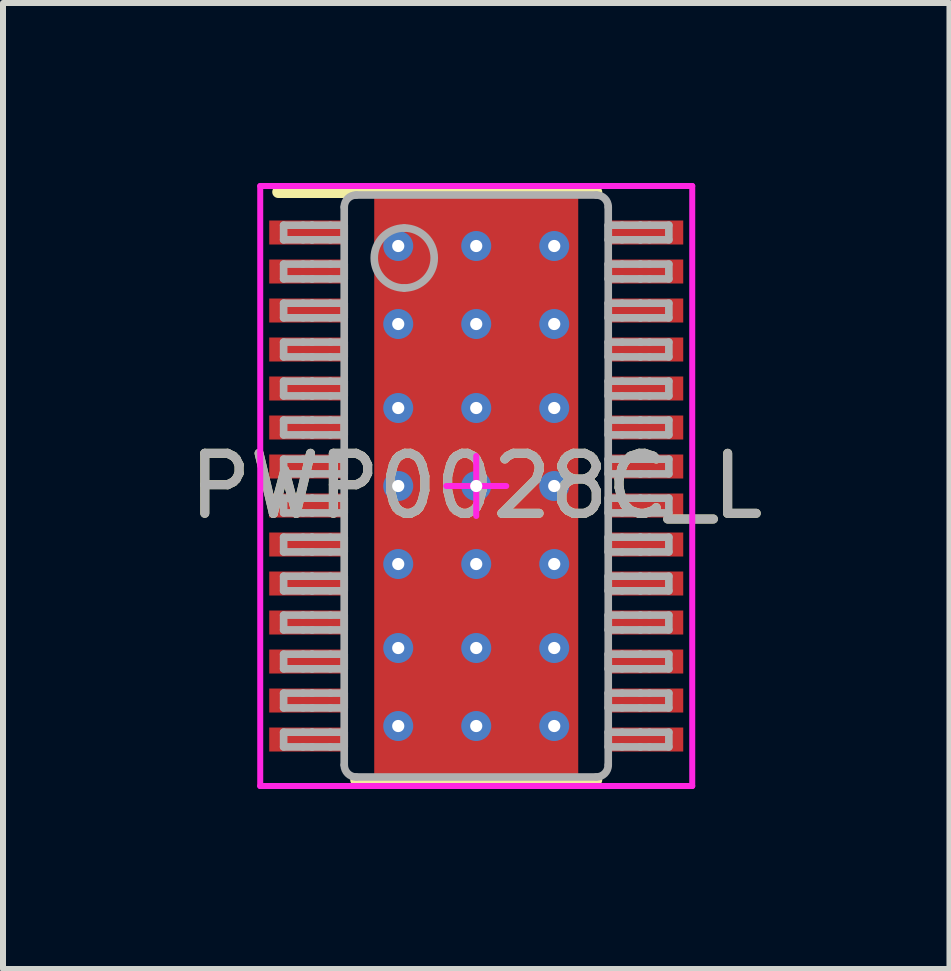
<source format=kicad_pcb>
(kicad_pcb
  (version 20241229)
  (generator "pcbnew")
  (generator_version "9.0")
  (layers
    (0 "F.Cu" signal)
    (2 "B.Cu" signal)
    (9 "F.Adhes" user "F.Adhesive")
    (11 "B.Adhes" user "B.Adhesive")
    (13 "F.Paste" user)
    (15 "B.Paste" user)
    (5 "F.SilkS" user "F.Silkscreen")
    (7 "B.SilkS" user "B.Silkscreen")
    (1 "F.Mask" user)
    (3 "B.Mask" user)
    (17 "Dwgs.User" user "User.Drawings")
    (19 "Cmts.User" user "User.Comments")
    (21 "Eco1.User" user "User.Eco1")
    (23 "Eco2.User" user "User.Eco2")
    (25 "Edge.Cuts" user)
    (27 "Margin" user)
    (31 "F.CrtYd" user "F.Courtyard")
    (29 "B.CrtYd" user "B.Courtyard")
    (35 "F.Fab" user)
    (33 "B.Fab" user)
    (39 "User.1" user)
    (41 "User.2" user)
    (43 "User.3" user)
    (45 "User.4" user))
  (footprint "PWP0028C_L"
    (layer "F.Cu")
    (at 4.887 5.05)
    (property "Reference" "PWP0028C_L" (at 0 0 0) (unlocked yes) (layer "F.SilkS") (effects (font (size 1 1) (thickness 0.15))))
    (attr smd)
    (fp_poly (pts (xy -1.55 2.543) (xy -1.55 -2.543) (xy -1.549 -2.553) (xy -1.546 -2.561) (xy -1.542 -2.569) (xy -1.536 -2.576) (xy -1.529 -2.582) (xy -1.521 -2.586) (xy -1.513 -2.589) (xy -1.503 -2.59) (xy 1.504 -2.59) (xy 1.513 -2.589) (xy 1.521 -2.586) (xy 1.529 -2.582) (xy 1.536 -2.576) (xy 1.542 -2.569) (xy 1.546 -2.561) (xy 1.549 -2.553) (xy 1.55 -2.543) (xy 1.55 2.543) (xy 1.549 2.553) (xy 1.546 2.561) (xy 1.542 2.569) (xy 1.536 2.576) (xy 1.529 2.582) (xy 1.521 2.586) (xy 1.513 2.589) (xy 1.504 2.59) (xy -1.503 2.59) (xy -1.513 2.589) (xy -1.521 2.586) (xy -1.529 2.582) (xy -1.536 2.576) (xy -1.542 2.569) (xy -1.546 2.561) (xy -1.549 2.553)) (stroke (width 0) (type solid)) (fill yes) (layer "F.Mask"))
    (fp_line (start -3.3 -4.9) (end 2 -4.9) (stroke (width 0.2) (type solid)) (layer "F.SilkS"))
    (fp_line (start -2 4.9) (end 2 4.9) (stroke (width 0.2) (type solid)) (layer "F.SilkS"))
    (fp_poly (pts (xy -1.55 2.543) (xy -1.55 -2.543) (xy -1.549 -2.553) (xy -1.546 -2.561) (xy -1.542 -2.569) (xy -1.536 -2.576) (xy -1.529 -2.582) (xy -1.521 -2.586) (xy -1.513 -2.589) (xy -1.503 -2.59) (xy 1.504 -2.59) (xy 1.513 -2.589) (xy 1.521 -2.586) (xy 1.529 -2.582) (xy 1.536 -2.576) (xy 1.542 -2.569) (xy 1.546 -2.561) (xy 1.549 -2.553) (xy 1.55 -2.543) (xy 1.55 2.543) (xy 1.549 2.553) (xy 1.546 2.561) (xy 1.542 2.569) (xy 1.536 2.576) (xy 1.529 2.582) (xy 1.521 2.586) (xy 1.513 2.589) (xy 1.504 2.59) (xy -1.503 2.59) (xy -1.513 2.589) (xy -1.521 2.586) (xy -1.529 2.582) (xy -1.536 2.576) (xy -1.542 2.569) (xy -1.546 2.561) (xy -1.549 2.553)) (stroke (width 0) (type solid)) (fill yes) (layer "F.Paste"))
    (fp_line (start -3.6 -5) (end 3.6 -5) (stroke (width 0.1) (type solid)) (layer "F.CrtYd"))
    (fp_line (start -3.6 5) (end -3.6 -5) (stroke (width 0.1) (type solid)) (layer "F.CrtYd"))
    (fp_line (start -3.6 5) (end 3.6 5) (stroke (width 0.1) (type solid)) (layer "F.CrtYd"))
    (fp_line (start -0.5 0) (end 0.5 0) (stroke (width 0.1) (type solid)) (layer "F.CrtYd"))
    (fp_line (start 0.000003 0.5) (end 0.000003 -0.5) (stroke (width 0.1) (type solid)) (layer "F.CrtYd"))
    (fp_line (start 3.6 5) (end 3.6 -5) (stroke (width 0.1) (type solid)) (layer "F.CrtYd"))
    (fp_line (start -3.21 -4.347) (end -2.887 -4.347) (stroke (width 0.127) (type solid)) (layer "F.Fab"))
    (fp_line (start -3.21 -4.103) (end -3.21 -4.347) (stroke (width 0.127) (type solid)) (layer "F.Fab"))
    (fp_line (start -3.21 -4.103) (end -2.887 -4.103) (stroke (width 0.127) (type solid)) (layer "F.Fab"))
    (fp_line (start -3.21 -3.698) (end -2.887 -3.698) (stroke (width 0.127) (type solid)) (layer "F.Fab"))
    (fp_line (start -3.21 -3.452) (end -3.21 -3.698) (stroke (width 0.127) (type solid)) (layer "F.Fab"))
    (fp_line (start -3.21 -3.452) (end -2.887 -3.452) (stroke (width 0.127) (type solid)) (layer "F.Fab"))
    (fp_line (start -3.21 -3.047) (end -2.887 -3.047) (stroke (width 0.127) (type solid)) (layer "F.Fab"))
    (fp_line (start -3.21 -2.803) (end -3.21 -3.047) (stroke (width 0.127) (type solid)) (layer "F.Fab"))
    (fp_line (start -3.21 -2.803) (end -2.887 -2.803) (stroke (width 0.127) (type solid)) (layer "F.Fab"))
    (fp_line (start -3.21 -2.398) (end -2.887 -2.398) (stroke (width 0.127) (type solid)) (layer "F.Fab"))
    (fp_line (start -3.21 -2.152) (end -3.21 -2.398) (stroke (width 0.127) (type solid)) (layer "F.Fab"))
    (fp_line (start -3.21 -2.152) (end -2.887 -2.152) (stroke (width 0.127) (type solid)) (layer "F.Fab"))
    (fp_line (start -3.21 -1.747) (end -2.887 -1.747) (stroke (width 0.127) (type solid)) (layer "F.Fab"))
    (fp_line (start -3.21 -1.502) (end -3.21 -1.747) (stroke (width 0.127) (type solid)) (layer "F.Fab"))
    (fp_line (start -3.21 -1.502) (end -2.887 -1.502) (stroke (width 0.127) (type solid)) (layer "F.Fab"))
    (fp_line (start -3.21 -1.098) (end -2.887 -1.098) (stroke (width 0.127) (type solid)) (layer "F.Fab"))
    (fp_line (start -3.21 -0.852) (end -3.21 -1.098) (stroke (width 0.127) (type solid)) (layer "F.Fab"))
    (fp_line (start -3.21 -0.852) (end -2.887 -0.852) (stroke (width 0.127) (type solid)) (layer "F.Fab"))
    (fp_line (start -3.21 -0.447) (end -2.887 -0.447) (stroke (width 0.127) (type solid)) (layer "F.Fab"))
    (fp_line (start -3.21 -0.202) (end -3.21 -0.447) (stroke (width 0.127) (type solid)) (layer "F.Fab"))
    (fp_line (start -3.21 -0.202) (end -2.887 -0.202) (stroke (width 0.127) (type solid)) (layer "F.Fab"))
    (fp_line (start -3.21 0.203) (end -2.887 0.203) (stroke (width 0.127) (type solid)) (layer "F.Fab"))
    (fp_line (start -3.21 0.448) (end -3.21 0.203) (stroke (width 0.127) (type solid)) (layer "F.Fab"))
    (fp_line (start -3.21 0.448) (end -2.887 0.448) (stroke (width 0.127) (type solid)) (layer "F.Fab"))
    (fp_line (start -3.21 0.853) (end -2.887 0.853) (stroke (width 0.127) (type solid)) (layer "F.Fab"))
    (fp_line (start -3.21 1.098) (end -3.21 0.853) (stroke (width 0.127) (type solid)) (layer "F.Fab"))
    (fp_line (start -3.21 1.098) (end -2.887 1.098) (stroke (width 0.127) (type solid)) (layer "F.Fab"))
    (fp_line (start -3.21 1.503) (end -2.887 1.503) (stroke (width 0.127) (type solid)) (layer "F.Fab"))
    (fp_line (start -3.21 1.747) (end -3.21 1.503) (stroke (width 0.127) (type solid)) (layer "F.Fab"))
    (fp_line (start -3.21 1.747) (end -2.887 1.747) (stroke (width 0.127) (type solid)) (layer "F.Fab"))
    (fp_line (start -3.21 2.152) (end -2.887 2.152) (stroke (width 0.127) (type solid)) (layer "F.Fab"))
    (fp_line (start -3.21 2.398) (end -3.21 2.152) (stroke (width 0.127) (type solid)) (layer "F.Fab"))
    (fp_line (start -3.21 2.398) (end -2.887 2.398) (stroke (width 0.127) (type solid)) (layer "F.Fab"))
    (fp_line (start -3.21 2.803) (end -2.887 2.803) (stroke (width 0.127) (type solid)) (layer "F.Fab"))
    (fp_line (start -3.21 3.047) (end -3.21 2.803) (stroke (width 0.127) (type solid)) (layer "F.Fab"))
    (fp_line (start -3.21 3.047) (end -2.887 3.047) (stroke (width 0.127) (type solid)) (layer "F.Fab"))
    (fp_line (start -3.21 3.452) (end -2.887 3.452) (stroke (width 0.127) (type solid)) (layer "F.Fab"))
    (fp_line (start -3.21 3.698) (end -3.21 3.452) (stroke (width 0.127) (type solid)) (layer "F.Fab"))
    (fp_line (start -3.21 3.698) (end -2.887 3.698) (stroke (width 0.127) (type solid)) (layer "F.Fab"))
    (fp_line (start -3.21 4.103) (end -2.887 4.103) (stroke (width 0.127) (type solid)) (layer "F.Fab"))
    (fp_line (start -3.21 4.348) (end -3.21 4.103) (stroke (width 0.127) (type solid)) (layer "F.Fab"))
    (fp_line (start -3.21 4.348) (end -2.887 4.348) (stroke (width 0.127) (type solid)) (layer "F.Fab"))
    (fp_line (start -2.887 -4.347) (end -2.739 -4.347) (stroke (width 0.127) (type solid)) (layer "F.Fab"))
    (fp_line (start -2.887 -4.103) (end -2.739 -4.103) (stroke (width 0.127) (type solid)) (layer "F.Fab"))
    (fp_line (start -2.887 -3.698) (end -2.739 -3.698) (stroke (width 0.127) (type solid)) (layer "F.Fab"))
    (fp_line (start -2.887 -3.452) (end -2.739 -3.452) (stroke (width 0.127) (type solid)) (layer "F.Fab"))
    (fp_line (start -2.887 -3.047) (end -2.739 -3.047) (stroke (width 0.127) (type solid)) (layer "F.Fab"))
    (fp_line (start -2.887 -2.803) (end -2.739 -2.803) (stroke (width 0.127) (type solid)) (layer "F.Fab"))
    (fp_line (start -2.887 -2.398) (end -2.739 -2.398) (stroke (width 0.127) (type solid)) (layer "F.Fab"))
    (fp_line (start -2.887 -2.152) (end -2.739 -2.152) (stroke (width 0.127) (type solid)) (layer "F.Fab"))
    (fp_line (start -2.887 -1.747) (end -2.739 -1.747) (stroke (width 0.127) (type solid)) (layer "F.Fab"))
    (fp_line (start -2.887 -1.502) (end -2.739 -1.502) (stroke (width 0.127) (type solid)) (layer "F.Fab"))
    (fp_line (start -2.887 -1.098) (end -2.739 -1.098) (stroke (width 0.127) (type solid)) (layer "F.Fab"))
    (fp_line (start -2.887 -0.852) (end -2.739 -0.852) (stroke (width 0.127) (type solid)) (layer "F.Fab"))
    (fp_line (start -2.887 -0.447) (end -2.739 -0.447) (stroke (width 0.127) (type solid)) (layer "F.Fab"))
    (fp_line (start -2.887 -0.202) (end -2.739 -0.202) (stroke (width 0.127) (type solid)) (layer "F.Fab"))
    (fp_line (start -2.887 0.203) (end -2.739 0.203) (stroke (width 0.127) (type solid)) (layer "F.Fab"))
    (fp_line (start -2.887 0.448) (end -2.739 0.448) (stroke (width 0.127) (type solid)) (layer "F.Fab"))
    (fp_line (start -2.887 0.853) (end -2.739 0.853) (stroke (width 0.127) (type solid)) (layer "F.Fab"))
    (fp_line (start -2.887 1.098) (end -2.739 1.098) (stroke (width 0.127) (type solid)) (layer "F.Fab"))
    (fp_line (start -2.887 1.503) (end -2.739 1.503) (stroke (width 0.127) (type solid)) (layer "F.Fab"))
    (fp_line (start -2.887 1.747) (end -2.739 1.747) (stroke (width 0.127) (type solid)) (layer "F.Fab"))
    (fp_line (start -2.887 2.152) (end -2.739 2.152) (stroke (width 0.127) (type solid)) (layer "F.Fab"))
    (fp_line (start -2.887 2.398) (end -2.739 2.398) (stroke (width 0.127) (type solid)) (layer "F.Fab"))
    (fp_line (start -2.887 2.803) (end -2.739 2.803) (stroke (width 0.127) (type solid)) (layer "F.Fab"))
    (fp_line (start -2.887 3.047) (end -2.739 3.047) (stroke (width 0.127) (type solid)) (layer "F.Fab"))
    (fp_line (start -2.887 3.452) (end -2.739 3.452) (stroke (width 0.127) (type solid)) (layer "F.Fab"))
    (fp_line (start -2.887 3.698) (end -2.739 3.698) (stroke (width 0.127) (type solid)) (layer "F.Fab"))
    (fp_line (start -2.887 4.103) (end -2.739 4.103) (stroke (width 0.127) (type solid)) (layer "F.Fab"))
    (fp_line (start -2.887 4.348) (end -2.739 4.348) (stroke (width 0.127) (type solid)) (layer "F.Fab"))
    (fp_line (start -2.739 -4.347) (end -2.733 -4.347) (stroke (width 0.127) (type solid)) (layer "F.Fab"))
    (fp_line (start -2.739 -4.103) (end -2.733 -4.103) (stroke (width 0.127) (type solid)) (layer "F.Fab"))
    (fp_line (start -2.739 -3.698) (end -2.733 -3.698) (stroke (width 0.127) (type solid)) (layer "F.Fab"))
    (fp_line (start -2.739 -3.452) (end -2.733 -3.452) (stroke (width 0.127) (type solid)) (layer "F.Fab"))
    (fp_line (start -2.739 -3.047) (end -2.733 -3.047) (stroke (width 0.127) (type solid)) (layer "F.Fab"))
    (fp_line (start -2.739 -2.803) (end -2.733 -2.803) (stroke (width 0.127) (type solid)) (layer "F.Fab"))
    (fp_line (start -2.739 -2.398) (end -2.733 -2.398) (stroke (width 0.127) (type solid)) (layer "F.Fab"))
    (fp_line (start -2.739 -2.152) (end -2.733 -2.152) (stroke (width 0.127) (type solid)) (layer "F.Fab"))
    (fp_line (start -2.739 -1.747) (end -2.733 -1.747) (stroke (width 0.127) (type solid)) (layer "F.Fab"))
    (fp_line (start -2.739 -1.502) (end -2.733 -1.502) (stroke (width 0.127) (type solid)) (layer "F.Fab"))
    (fp_line (start -2.739 -1.098) (end -2.733 -1.098) (stroke (width 0.127) (type solid)) (layer "F.Fab"))
    (fp_line (start -2.739 -0.852) (end -2.733 -0.852) (stroke (width 0.127) (type solid)) (layer "F.Fab"))
    (fp_line (start -2.739 -0.447) (end -2.733 -0.447) (stroke (width 0.127) (type solid)) (layer "F.Fab"))
    (fp_line (start -2.739 -0.202) (end -2.733 -0.202) (stroke (width 0.127) (type solid)) (layer "F.Fab"))
    (fp_line (start -2.739 0.203) (end -2.733 0.203) (stroke (width 0.127) (type solid)) (layer "F.Fab"))
    (fp_line (start -2.739 0.448) (end -2.733 0.448) (stroke (width 0.127) (type solid)) (layer "F.Fab"))
    (fp_line (start -2.739 0.853) (end -2.733 0.853) (stroke (width 0.127) (type solid)) (layer "F.Fab"))
    (fp_line (start -2.739 1.098) (end -2.733 1.098) (stroke (width 0.127) (type solid)) (layer "F.Fab"))
    (fp_line (start -2.739 1.503) (end -2.733 1.503) (stroke (width 0.127) (type solid)) (layer "F.Fab"))
    (fp_line (start -2.739 1.747) (end -2.733 1.747) (stroke (width 0.127) (type solid)) (layer "F.Fab"))
    (fp_line (start -2.739 2.152) (end -2.733 2.152) (stroke (width 0.127) (type solid)) (layer "F.Fab"))
    (fp_line (start -2.739 2.398) (end -2.733 2.398) (stroke (width 0.127) (type solid)) (layer "F.Fab"))
    (fp_line (start -2.739 2.803) (end -2.733 2.803) (stroke (width 0.127) (type solid)) (layer "F.Fab"))
    (fp_line (start -2.739 3.047) (end -2.733 3.047) (stroke (width 0.127) (type solid)) (layer "F.Fab"))
    (fp_line (start -2.739 3.452) (end -2.733 3.452) (stroke (width 0.127) (type solid)) (layer "F.Fab"))
    (fp_line (start -2.739 3.698) (end -2.733 3.698) (stroke (width 0.127) (type solid)) (layer "F.Fab"))
    (fp_line (start -2.739 4.103) (end -2.733 4.103) (stroke (width 0.127) (type solid)) (layer "F.Fab"))
    (fp_line (start -2.739 4.348) (end -2.733 4.348) (stroke (width 0.127) (type solid)) (layer "F.Fab"))
    (fp_line (start -2.733 -4.347) (end -2.431 -4.347) (stroke (width 0.127) (type solid)) (layer "F.Fab"))
    (fp_line (start -2.733 -4.103) (end -2.431 -4.103) (stroke (width 0.127) (type solid)) (layer "F.Fab"))
    (fp_line (start -2.733 -3.698) (end -2.431 -3.698) (stroke (width 0.127) (type solid)) (layer "F.Fab"))
    (fp_line (start -2.733 -3.452) (end -2.431 -3.452) (stroke (width 0.127) (type solid)) (layer "F.Fab"))
    (fp_line (start -2.733 -3.047) (end -2.431 -3.047) (stroke (width 0.127) (type solid)) (layer "F.Fab"))
    (fp_line (start -2.733 -2.803) (end -2.431 -2.803) (stroke (width 0.127) (type solid)) (layer "F.Fab"))
    (fp_line (start -2.733 -2.398) (end -2.431 -2.398) (stroke (width 0.127) (type solid)) (layer "F.Fab"))
    (fp_line (start -2.733 -2.152) (end -2.431 -2.152) (stroke (width 0.127) (type solid)) (layer "F.Fab"))
    (fp_line (start -2.733 -1.747) (end -2.431 -1.747) (stroke (width 0.127) (type solid)) (layer "F.Fab"))
    (fp_line (start -2.733 -1.502) (end -2.431 -1.502) (stroke (width 0.127) (type solid)) (layer "F.Fab"))
    (fp_line (start -2.733 -1.098) (end -2.431 -1.098) (stroke (width 0.127) (type solid)) (layer "F.Fab"))
    (fp_line (start -2.733 -0.852) (end -2.431 -0.852) (stroke (width 0.127) (type solid)) (layer "F.Fab"))
    (fp_line (start -2.733 -0.447) (end -2.431 -0.447) (stroke (width 0.127) (type solid)) (layer "F.Fab"))
    (fp_line (start -2.733 -0.202) (end -2.431 -0.202) (stroke (width 0.127) (type solid)) (layer "F.Fab"))
    (fp_line (start -2.733 0.203) (end -2.431 0.203) (stroke (width 0.127) (type solid)) (layer "F.Fab"))
    (fp_line (start -2.733 0.448) (end -2.431 0.448) (stroke (width 0.127) (type solid)) (layer "F.Fab"))
    (fp_line (start -2.733 0.853) (end -2.431 0.853) (stroke (width 0.127) (type solid)) (layer "F.Fab"))
    (fp_line (start -2.733 1.098) (end -2.431 1.098) (stroke (width 0.127) (type solid)) (layer "F.Fab"))
    (fp_line (start -2.733 1.503) (end -2.431 1.503) (stroke (width 0.127) (type solid)) (layer "F.Fab"))
    (fp_line (start -2.733 1.747) (end -2.431 1.747) (stroke (width 0.127) (type solid)) (layer "F.Fab"))
    (fp_line (start -2.733 2.152) (end -2.431 2.152) (stroke (width 0.127) (type solid)) (layer "F.Fab"))
    (fp_line (start -2.733 2.398) (end -2.431 2.398) (stroke (width 0.127) (type solid)) (layer "F.Fab"))
    (fp_line (start -2.733 2.803) (end -2.431 2.803) (stroke (width 0.127) (type solid)) (layer "F.Fab"))
    (fp_line (start -2.733 3.047) (end -2.431 3.047) (stroke (width 0.127) (type solid)) (layer "F.Fab"))
    (fp_line (start -2.733 3.452) (end -2.431 3.452) (stroke (width 0.127) (type solid)) (layer "F.Fab"))
    (fp_line (start -2.733 3.698) (end -2.431 3.698) (stroke (width 0.127) (type solid)) (layer "F.Fab"))
    (fp_line (start -2.733 4.103) (end -2.431 4.103) (stroke (width 0.127) (type solid)) (layer "F.Fab"))
    (fp_line (start -2.733 4.348) (end -2.431 4.348) (stroke (width 0.127) (type solid)) (layer "F.Fab"))
    (fp_line (start -2.431 -4.347) (end -2.2 -4.347) (stroke (width 0.127) (type solid)) (layer "F.Fab"))
    (fp_line (start -2.431 -4.103) (end -2.2 -4.103) (stroke (width 0.127) (type solid)) (layer "F.Fab"))
    (fp_line (start -2.431 -3.698) (end -2.2 -3.698) (stroke (width 0.127) (type solid)) (layer "F.Fab"))
    (fp_line (start -2.431 -3.452) (end -2.2 -3.452) (stroke (width 0.127) (type solid)) (layer "F.Fab"))
    (fp_line (start -2.431 -3.047) (end -2.2 -3.047) (stroke (width 0.127) (type solid)) (layer "F.Fab"))
    (fp_line (start -2.431 -2.803) (end -2.2 -2.803) (stroke (width 0.127) (type solid)) (layer "F.Fab"))
    (fp_line (start -2.431 -2.398) (end -2.2 -2.398) (stroke (width 0.127) (type solid)) (layer "F.Fab"))
    (fp_line (start -2.431 -2.152) (end -2.2 -2.152) (stroke (width 0.127) (type solid)) (layer "F.Fab"))
    (fp_line (start -2.431 -1.747) (end -2.2 -1.747) (stroke (width 0.127) (type solid)) (layer "F.Fab"))
    (fp_line (start -2.431 -1.502) (end -2.2 -1.502) (stroke (width 0.127) (type solid)) (layer "F.Fab"))
    (fp_line (start -2.431 -1.098) (end -2.2 -1.098) (stroke (width 0.127) (type solid)) (layer "F.Fab"))
    (fp_line (start -2.431 -0.852) (end -2.2 -0.852) (stroke (width 0.127) (type solid)) (layer "F.Fab"))
    (fp_line (start -2.431 -0.447) (end -2.2 -0.447) (stroke (width 0.127) (type solid)) (layer "F.Fab"))
    (fp_line (start -2.431 -0.202) (end -2.2 -0.202) (stroke (width 0.127) (type solid)) (layer "F.Fab"))
    (fp_line (start -2.431 0.203) (end -2.2 0.203) (stroke (width 0.127) (type solid)) (layer "F.Fab"))
    (fp_line (start -2.431 0.448) (end -2.2 0.448) (stroke (width 0.127) (type solid)) (layer "F.Fab"))
    (fp_line (start -2.431 0.853) (end -2.2 0.853) (stroke (width 0.127) (type solid)) (layer "F.Fab"))
    (fp_line (start -2.431 1.098) (end -2.2 1.098) (stroke (width 0.127) (type solid)) (layer "F.Fab"))
    (fp_line (start -2.431 1.503) (end -2.2 1.503) (stroke (width 0.127) (type solid)) (layer "F.Fab"))
    (fp_line (start -2.431 1.747) (end -2.2 1.747) (stroke (width 0.127) (type solid)) (layer "F.Fab"))
    (fp_line (start -2.431 2.152) (end -2.2 2.152) (stroke (width 0.127) (type solid)) (layer "F.Fab"))
    (fp_line (start -2.431 2.398) (end -2.2 2.398) (stroke (width 0.127) (type solid)) (layer "F.Fab"))
    (fp_line (start -2.431 2.803) (end -2.2 2.803) (stroke (width 0.127) (type solid)) (layer "F.Fab"))
    (fp_line (start -2.431 3.047) (end -2.2 3.047) (stroke (width 0.127) (type solid)) (layer "F.Fab"))
    (fp_line (start -2.431 3.452) (end -2.2 3.452) (stroke (width 0.127) (type solid)) (layer "F.Fab"))
    (fp_line (start -2.431 3.698) (end -2.2 3.698) (stroke (width 0.127) (type solid)) (layer "F.Fab"))
    (fp_line (start -2.431 4.103) (end -2.2 4.103) (stroke (width 0.127) (type solid)) (layer "F.Fab"))
    (fp_line (start -2.431 4.348) (end -2.2 4.348) (stroke (width 0.127) (type solid)) (layer "F.Fab"))
    (fp_line (start -2.2 -4.103) (end -2.2 -4.347) (stroke (width 0.127) (type solid)) (layer "F.Fab"))
    (fp_line (start -2.2 -3.452) (end -2.2 -3.698) (stroke (width 0.127) (type solid)) (layer "F.Fab"))
    (fp_line (start -2.2 -2.803) (end -2.2 -3.047) (stroke (width 0.127) (type solid)) (layer "F.Fab"))
    (fp_line (start -2.2 -2.152) (end -2.2 -2.398) (stroke (width 0.127) (type solid)) (layer "F.Fab"))
    (fp_line (start -2.2 -1.502) (end -2.2 -1.747) (stroke (width 0.127) (type solid)) (layer "F.Fab"))
    (fp_line (start -2.2 -0.852) (end -2.2 -1.098) (stroke (width 0.127) (type solid)) (layer "F.Fab"))
    (fp_line (start -2.2 -0.202) (end -2.2 -0.447) (stroke (width 0.127) (type solid)) (layer "F.Fab"))
    (fp_line (start -2.2 0.448) (end -2.2 0.203) (stroke (width 0.127) (type solid)) (layer "F.Fab"))
    (fp_line (start -2.2 1.098) (end -2.2 0.853) (stroke (width 0.127) (type solid)) (layer "F.Fab"))
    (fp_line (start -2.2 1.747) (end -2.2 1.503) (stroke (width 0.127) (type solid)) (layer "F.Fab"))
    (fp_line (start -2.2 2.398) (end -2.2 2.152) (stroke (width 0.127) (type solid)) (layer "F.Fab"))
    (fp_line (start -2.2 3.047) (end -2.2 2.803) (stroke (width 0.127) (type solid)) (layer "F.Fab"))
    (fp_line (start -2.2 3.698) (end -2.2 3.452) (stroke (width 0.127) (type solid)) (layer "F.Fab"))
    (fp_line (start -2.2 4.348) (end -2.2 4.103) (stroke (width 0.127) (type solid)) (layer "F.Fab"))
    (fp_line (start -2.2 4.65) (end -2.2 -4.65) (stroke (width 0.127) (type solid)) (layer "F.Fab"))
    (fp_line (start -2 -4.85) (end 2 -4.85) (stroke (width 0.127) (type solid)) (layer "F.Fab"))
    (fp_line (start -2 4.85) (end 2 4.85) (stroke (width 0.127) (type solid)) (layer "F.Fab"))
    (fp_line (start 2.2 -4.347) (end 2.43 -4.347) (stroke (width 0.127) (type solid)) (layer "F.Fab"))
    (fp_line (start 2.2 -4.103) (end 2.2 -4.347) (stroke (width 0.127) (type solid)) (layer "F.Fab"))
    (fp_line (start 2.2 -4.103) (end 2.43 -4.103) (stroke (width 0.127) (type solid)) (layer "F.Fab"))
    (fp_line (start 2.2 -3.698) (end 2.43 -3.698) (stroke (width 0.127) (type solid)) (layer "F.Fab"))
    (fp_line (start 2.2 -3.452) (end 2.2 -3.698) (stroke (width 0.127) (type solid)) (layer "F.Fab"))
    (fp_line (start 2.2 -3.452) (end 2.43 -3.452) (stroke (width 0.127) (type solid)) (layer "F.Fab"))
    (fp_line (start 2.2 -3.047) (end 2.43 -3.047) (stroke (width 0.127) (type solid)) (layer "F.Fab"))
    (fp_line (start 2.2 -2.803) (end 2.2 -3.047) (stroke (width 0.127) (type solid)) (layer "F.Fab"))
    (fp_line (start 2.2 -2.803) (end 2.43 -2.803) (stroke (width 0.127) (type solid)) (layer "F.Fab"))
    (fp_line (start 2.2 -2.398) (end 2.43 -2.398) (stroke (width 0.127) (type solid)) (layer "F.Fab"))
    (fp_line (start 2.2 -2.152) (end 2.2 -2.398) (stroke (width 0.127) (type solid)) (layer "F.Fab"))
    (fp_line (start 2.2 -2.152) (end 2.43 -2.152) (stroke (width 0.127) (type solid)) (layer "F.Fab"))
    (fp_line (start 2.2 -1.747) (end 2.43 -1.747) (stroke (width 0.127) (type solid)) (layer "F.Fab"))
    (fp_line (start 2.2 -1.502) (end 2.2 -1.747) (stroke (width 0.127) (type solid)) (layer "F.Fab"))
    (fp_line (start 2.2 -1.502) (end 2.43 -1.502) (stroke (width 0.127) (type solid)) (layer "F.Fab"))
    (fp_line (start 2.2 -1.098) (end 2.43 -1.098) (stroke (width 0.127) (type solid)) (layer "F.Fab"))
    (fp_line (start 2.2 -0.852) (end 2.2 -1.098) (stroke (width 0.127) (type solid)) (layer "F.Fab"))
    (fp_line (start 2.2 -0.852) (end 2.43 -0.852) (stroke (width 0.127) (type solid)) (layer "F.Fab"))
    (fp_line (start 2.2 -0.447) (end 2.43 -0.447) (stroke (width 0.127) (type solid)) (layer "F.Fab"))
    (fp_line (start 2.2 -0.202) (end 2.2 -0.447) (stroke (width 0.127) (type solid)) (layer "F.Fab"))
    (fp_line (start 2.2 -0.202) (end 2.43 -0.202) (stroke (width 0.127) (type solid)) (layer "F.Fab"))
    (fp_line (start 2.2 0.203) (end 2.43 0.203) (stroke (width 0.127) (type solid)) (layer "F.Fab"))
    (fp_line (start 2.2 0.448) (end 2.2 0.203) (stroke (width 0.127) (type solid)) (layer "F.Fab"))
    (fp_line (start 2.2 0.448) (end 2.43 0.448) (stroke (width 0.127) (type solid)) (layer "F.Fab"))
    (fp_line (start 2.2 0.853) (end 2.43 0.853) (stroke (width 0.127) (type solid)) (layer "F.Fab"))
    (fp_line (start 2.2 1.098) (end 2.2 0.853) (stroke (width 0.127) (type solid)) (layer "F.Fab"))
    (fp_line (start 2.2 1.098) (end 2.43 1.098) (stroke (width 0.127) (type solid)) (layer "F.Fab"))
    (fp_line (start 2.2 1.503) (end 2.43 1.503) (stroke (width 0.127) (type solid)) (layer "F.Fab"))
    (fp_line (start 2.2 1.747) (end 2.2 1.503) (stroke (width 0.127) (type solid)) (layer "F.Fab"))
    (fp_line (start 2.2 1.747) (end 2.43 1.747) (stroke (width 0.127) (type solid)) (layer "F.Fab"))
    (fp_line (start 2.2 2.152) (end 2.43 2.152) (stroke (width 0.127) (type solid)) (layer "F.Fab"))
    (fp_line (start 2.2 2.398) (end 2.2 2.152) (stroke (width 0.127) (type solid)) (layer "F.Fab"))
    (fp_line (start 2.2 2.398) (end 2.43 2.398) (stroke (width 0.127) (type solid)) (layer "F.Fab"))
    (fp_line (start 2.2 2.803) (end 2.43 2.803) (stroke (width 0.127) (type solid)) (layer "F.Fab"))
    (fp_line (start 2.2 3.047) (end 2.2 2.803) (stroke (width 0.127) (type solid)) (layer "F.Fab"))
    (fp_line (start 2.2 3.047) (end 2.43 3.047) (stroke (width 0.127) (type solid)) (layer "F.Fab"))
    (fp_line (start 2.2 3.452) (end 2.43 3.452) (stroke (width 0.127) (type solid)) (layer "F.Fab"))
    (fp_line (start 2.2 3.698) (end 2.2 3.452) (stroke (width 0.127) (type solid)) (layer "F.Fab"))
    (fp_line (start 2.2 3.698) (end 2.43 3.698) (stroke (width 0.127) (type solid)) (layer "F.Fab"))
    (fp_line (start 2.2 4.103) (end 2.43 4.103) (stroke (width 0.127) (type solid)) (layer "F.Fab"))
    (fp_line (start 2.2 4.348) (end 2.2 4.103) (stroke (width 0.127) (type solid)) (layer "F.Fab"))
    (fp_line (start 2.2 4.348) (end 2.43 4.348) (stroke (width 0.127) (type solid)) (layer "F.Fab"))
    (fp_line (start 2.2 4.65) (end 2.2 -4.65) (stroke (width 0.127) (type solid)) (layer "F.Fab"))
    (fp_line (start 2.43 -4.347) (end 2.733 -4.347) (stroke (width 0.127) (type solid)) (layer "F.Fab"))
    (fp_line (start 2.43 -4.103) (end 2.733 -4.103) (stroke (width 0.127) (type solid)) (layer "F.Fab"))
    (fp_line (start 2.43 -3.698) (end 2.733 -3.698) (stroke (width 0.127) (type solid)) (layer "F.Fab"))
    (fp_line (start 2.43 -3.452) (end 2.733 -3.452) (stroke (width 0.127) (type solid)) (layer "F.Fab"))
    (fp_line (start 2.43 -3.047) (end 2.733 -3.047) (stroke (width 0.127) (type solid)) (layer "F.Fab"))
    (fp_line (start 2.43 -2.803) (end 2.733 -2.803) (stroke (width 0.127) (type solid)) (layer "F.Fab"))
    (fp_line (start 2.43 -2.398) (end 2.733 -2.398) (stroke (width 0.127) (type solid)) (layer "F.Fab"))
    (fp_line (start 2.43 -2.152) (end 2.733 -2.152) (stroke (width 0.127) (type solid)) (layer "F.Fab"))
    (fp_line (start 2.43 -1.747) (end 2.733 -1.747) (stroke (width 0.127) (type solid)) (layer "F.Fab"))
    (fp_line (start 2.43 -1.502) (end 2.733 -1.502) (stroke (width 0.127) (type solid)) (layer "F.Fab"))
    (fp_line (start 2.43 -1.098) (end 2.733 -1.098) (stroke (width 0.127) (type solid)) (layer "F.Fab"))
    (fp_line (start 2.43 -0.852) (end 2.733 -0.852) (stroke (width 0.127) (type solid)) (layer "F.Fab"))
    (fp_line (start 2.43 -0.447) (end 2.733 -0.447) (stroke (width 0.127) (type solid)) (layer "F.Fab"))
    (fp_line (start 2.43 -0.202) (end 2.733 -0.202) (stroke (width 0.127) (type solid)) (layer "F.Fab"))
    (fp_line (start 2.43 0.203) (end 2.733 0.203) (stroke (width 0.127) (type solid)) (layer "F.Fab"))
    (fp_line (start 2.43 0.448) (end 2.733 0.448) (stroke (width 0.127) (type solid)) (layer "F.Fab"))
    (fp_line (start 2.43 0.853) (end 2.733 0.853) (stroke (width 0.127) (type solid)) (layer "F.Fab"))
    (fp_line (start 2.43 1.098) (end 2.733 1.098) (stroke (width 0.127) (type solid)) (layer "F.Fab"))
    (fp_line (start 2.43 1.503) (end 2.733 1.503) (stroke (width 0.127) (type solid)) (layer "F.Fab"))
    (fp_line (start 2.43 1.747) (end 2.733 1.747) (stroke (width 0.127) (type solid)) (layer "F.Fab"))
    (fp_line (start 2.43 2.152) (end 2.733 2.152) (stroke (width 0.127) (type solid)) (layer "F.Fab"))
    (fp_line (start 2.43 2.398) (end 2.733 2.398) (stroke (width 0.127) (type solid)) (layer "F.Fab"))
    (fp_line (start 2.43 2.803) (end 2.733 2.803) (stroke (width 0.127) (type solid)) (layer "F.Fab"))
    (fp_line (start 2.43 3.047) (end 2.733 3.047) (stroke (width 0.127) (type solid)) (layer "F.Fab"))
    (fp_line (start 2.43 3.452) (end 2.733 3.452) (stroke (width 0.127) (type solid)) (layer "F.Fab"))
    (fp_line (start 2.43 3.698) (end 2.733 3.698) (stroke (width 0.127) (type solid)) (layer "F.Fab"))
    (fp_line (start 2.43 4.103) (end 2.733 4.103) (stroke (width 0.127) (type solid)) (layer "F.Fab"))
    (fp_line (start 2.43 4.348) (end 2.733 4.348) (stroke (width 0.127) (type solid)) (layer "F.Fab"))
    (fp_line (start 2.733 -4.347) (end 2.739 -4.347) (stroke (width 0.127) (type solid)) (layer "F.Fab"))
    (fp_line (start 2.733 -4.103) (end 2.739 -4.103) (stroke (width 0.127) (type solid)) (layer "F.Fab"))
    (fp_line (start 2.733 -3.698) (end 2.739 -3.698) (stroke (width 0.127) (type solid)) (layer "F.Fab"))
    (fp_line (start 2.733 -3.452) (end 2.739 -3.452) (stroke (width 0.127) (type solid)) (layer "F.Fab"))
    (fp_line (start 2.733 -3.047) (end 2.739 -3.047) (stroke (width 0.127) (type solid)) (layer "F.Fab"))
    (fp_line (start 2.733 -2.803) (end 2.739 -2.803) (stroke (width 0.127) (type solid)) (layer "F.Fab"))
    (fp_line (start 2.733 -2.398) (end 2.739 -2.398) (stroke (width 0.127) (type solid)) (layer "F.Fab"))
    (fp_line (start 2.733 -2.152) (end 2.739 -2.152) (stroke (width 0.127) (type solid)) (layer "F.Fab"))
    (fp_line (start 2.733 -1.747) (end 2.739 -1.747) (stroke (width 0.127) (type solid)) (layer "F.Fab"))
    (fp_line (start 2.733 -1.502) (end 2.739 -1.502) (stroke (width 0.127) (type solid)) (layer "F.Fab"))
    (fp_line (start 2.733 -1.098) (end 2.739 -1.098) (stroke (width 0.127) (type solid)) (layer "F.Fab"))
    (fp_line (start 2.733 -0.852) (end 2.739 -0.852) (stroke (width 0.127) (type solid)) (layer "F.Fab"))
    (fp_line (start 2.733 -0.447) (end 2.739 -0.447) (stroke (width 0.127) (type solid)) (layer "F.Fab"))
    (fp_line (start 2.733 -0.202) (end 2.739 -0.202) (stroke (width 0.127) (type solid)) (layer "F.Fab"))
    (fp_line (start 2.733 0.203) (end 2.739 0.203) (stroke (width 0.127) (type solid)) (layer "F.Fab"))
    (fp_line (start 2.733 0.448) (end 2.739 0.448) (stroke (width 0.127) (type solid)) (layer "F.Fab"))
    (fp_line (start 2.733 0.853) (end 2.739 0.853) (stroke (width 0.127) (type solid)) (layer "F.Fab"))
    (fp_line (start 2.733 1.098) (end 2.739 1.098) (stroke (width 0.127) (type solid)) (layer "F.Fab"))
    (fp_line (start 2.733 1.503) (end 2.739 1.503) (stroke (width 0.127) (type solid)) (layer "F.Fab"))
    (fp_line (start 2.733 1.747) (end 2.739 1.747) (stroke (width 0.127) (type solid)) (layer "F.Fab"))
    (fp_line (start 2.733 2.152) (end 2.739 2.152) (stroke (width 0.127) (type solid)) (layer "F.Fab"))
    (fp_line (start 2.733 2.398) (end 2.739 2.398) (stroke (width 0.127) (type solid)) (layer "F.Fab"))
    (fp_line (start 2.733 2.803) (end 2.739 2.803) (stroke (width 0.127) (type solid)) (layer "F.Fab"))
    (fp_line (start 2.733 3.047) (end 2.739 3.047) (stroke (width 0.127) (type solid)) (layer "F.Fab"))
    (fp_line (start 2.733 3.452) (end 2.739 3.452) (stroke (width 0.127) (type solid)) (layer "F.Fab"))
    (fp_line (start 2.733 3.698) (end 2.739 3.698) (stroke (width 0.127) (type solid)) (layer "F.Fab"))
    (fp_line (start 2.733 4.103) (end 2.739 4.103) (stroke (width 0.127) (type solid)) (layer "F.Fab"))
    (fp_line (start 2.733 4.348) (end 2.739 4.348) (stroke (width 0.127) (type solid)) (layer "F.Fab"))
    (fp_line (start 2.739 -4.347) (end 2.887 -4.347) (stroke (width 0.127) (type solid)) (layer "F.Fab"))
    (fp_line (start 2.739 -4.103) (end 2.887 -4.103) (stroke (width 0.127) (type solid)) (layer "F.Fab"))
    (fp_line (start 2.739 -3.698) (end 2.887 -3.698) (stroke (width 0.127) (type solid)) (layer "F.Fab"))
    (fp_line (start 2.739 -3.452) (end 2.887 -3.452) (stroke (width 0.127) (type solid)) (layer "F.Fab"))
    (fp_line (start 2.739 -3.047) (end 2.887 -3.047) (stroke (width 0.127) (type solid)) (layer "F.Fab"))
    (fp_line (start 2.739 -2.803) (end 2.887 -2.803) (stroke (width 0.127) (type solid)) (layer "F.Fab"))
    (fp_line (start 2.739 -2.398) (end 2.887 -2.398) (stroke (width 0.127) (type solid)) (layer "F.Fab"))
    (fp_line (start 2.739 -2.152) (end 2.887 -2.152) (stroke (width 0.127) (type solid)) (layer "F.Fab"))
    (fp_line (start 2.739 -1.747) (end 2.887 -1.747) (stroke (width 0.127) (type solid)) (layer "F.Fab"))
    (fp_line (start 2.739 -1.502) (end 2.887 -1.502) (stroke (width 0.127) (type solid)) (layer "F.Fab"))
    (fp_line (start 2.739 -1.098) (end 2.887 -1.098) (stroke (width 0.127) (type solid)) (layer "F.Fab"))
    (fp_line (start 2.739 -0.852) (end 2.887 -0.852) (stroke (width 0.127) (type solid)) (layer "F.Fab"))
    (fp_line (start 2.739 -0.447) (end 2.887 -0.447) (stroke (width 0.127) (type solid)) (layer "F.Fab"))
    (fp_line (start 2.739 -0.202) (end 2.887 -0.202) (stroke (width 0.127) (type solid)) (layer "F.Fab"))
    (fp_line (start 2.739 0.203) (end 2.887 0.203) (stroke (width 0.127) (type solid)) (layer "F.Fab"))
    (fp_line (start 2.739 0.448) (end 2.887 0.448) (stroke (width 0.127) (type solid)) (layer "F.Fab"))
    (fp_line (start 2.739 0.853) (end 2.887 0.853) (stroke (width 0.127) (type solid)) (layer "F.Fab"))
    (fp_line (start 2.739 1.098) (end 2.887 1.098) (stroke (width 0.127) (type solid)) (layer "F.Fab"))
    (fp_line (start 2.739 1.503) (end 2.887 1.503) (stroke (width 0.127) (type solid)) (layer "F.Fab"))
    (fp_line (start 2.739 1.747) (end 2.887 1.747) (stroke (width 0.127) (type solid)) (layer "F.Fab"))
    (fp_line (start 2.739 2.152) (end 2.887 2.152) (stroke (width 0.127) (type solid)) (layer "F.Fab"))
    (fp_line (start 2.739 2.398) (end 2.887 2.398) (stroke (width 0.127) (type solid)) (layer "F.Fab"))
    (fp_line (start 2.739 2.803) (end 2.887 2.803) (stroke (width 0.127) (type solid)) (layer "F.Fab"))
    (fp_line (start 2.739 3.047) (end 2.887 3.047) (stroke (width 0.127) (type solid)) (layer "F.Fab"))
    (fp_line (start 2.739 3.452) (end 2.887 3.452) (stroke (width 0.127) (type solid)) (layer "F.Fab"))
    (fp_line (start 2.739 3.698) (end 2.887 3.698) (stroke (width 0.127) (type solid)) (layer "F.Fab"))
    (fp_line (start 2.739 4.103) (end 2.887 4.103) (stroke (width 0.127) (type solid)) (layer "F.Fab"))
    (fp_line (start 2.739 4.348) (end 2.887 4.348) (stroke (width 0.127) (type solid)) (layer "F.Fab"))
    (fp_line (start 2.887 -4.347) (end 3.21 -4.347) (stroke (width 0.127) (type solid)) (layer "F.Fab"))
    (fp_line (start 2.887 -4.103) (end 3.21 -4.103) (stroke (width 0.127) (type solid)) (layer "F.Fab"))
    (fp_line (start 2.887 -3.698) (end 3.21 -3.698) (stroke (width 0.127) (type solid)) (layer "F.Fab"))
    (fp_line (start 2.887 -3.452) (end 3.21 -3.452) (stroke (width 0.127) (type solid)) (layer "F.Fab"))
    (fp_line (start 2.887 -3.047) (end 3.21 -3.047) (stroke (width 0.127) (type solid)) (layer "F.Fab"))
    (fp_line (start 2.887 -2.803) (end 3.21 -2.803) (stroke (width 0.127) (type solid)) (layer "F.Fab"))
    (fp_line (start 2.887 -2.398) (end 3.21 -2.398) (stroke (width 0.127) (type solid)) (layer "F.Fab"))
    (fp_line (start 2.887 -2.152) (end 3.21 -2.152) (stroke (width 0.127) (type solid)) (layer "F.Fab"))
    (fp_line (start 2.887 -1.747) (end 3.21 -1.747) (stroke (width 0.127) (type solid)) (layer "F.Fab"))
    (fp_line (start 2.887 -1.502) (end 3.21 -1.502) (stroke (width 0.127) (type solid)) (layer "F.Fab"))
    (fp_line (start 2.887 -1.098) (end 3.21 -1.098) (stroke (width 0.127) (type solid)) (layer "F.Fab"))
    (fp_line (start 2.887 -0.852) (end 3.21 -0.852) (stroke (width 0.127) (type solid)) (layer "F.Fab"))
    (fp_line (start 2.887 -0.447) (end 3.21 -0.447) (stroke (width 0.127) (type solid)) (layer "F.Fab"))
    (fp_line (start 2.887 -0.202) (end 3.21 -0.202) (stroke (width 0.127) (type solid)) (layer "F.Fab"))
    (fp_line (start 2.887 0.203) (end 3.21 0.203) (stroke (width 0.127) (type solid)) (layer "F.Fab"))
    (fp_line (start 2.887 0.448) (end 3.21 0.448) (stroke (width 0.127) (type solid)) (layer "F.Fab"))
    (fp_line (start 2.887 0.853) (end 3.21 0.853) (stroke (width 0.127) (type solid)) (layer "F.Fab"))
    (fp_line (start 2.887 1.098) (end 3.21 1.098) (stroke (width 0.127) (type solid)) (layer "F.Fab"))
    (fp_line (start 2.887 1.503) (end 3.21 1.503) (stroke (width 0.127) (type solid)) (layer "F.Fab"))
    (fp_line (start 2.887 1.747) (end 3.21 1.747) (stroke (width 0.127) (type solid)) (layer "F.Fab"))
    (fp_line (start 2.887 2.152) (end 3.21 2.152) (stroke (width 0.127) (type solid)) (layer "F.Fab"))
    (fp_line (start 2.887 2.398) (end 3.21 2.398) (stroke (width 0.127) (type solid)) (layer "F.Fab"))
    (fp_line (start 2.887 2.803) (end 3.21 2.803) (stroke (width 0.127) (type solid)) (layer "F.Fab"))
    (fp_line (start 2.887 3.047) (end 3.21 3.047) (stroke (width 0.127) (type solid)) (layer "F.Fab"))
    (fp_line (start 2.887 3.452) (end 3.21 3.452) (stroke (width 0.127) (type solid)) (layer "F.Fab"))
    (fp_line (start 2.887 3.698) (end 3.21 3.698) (stroke (width 0.127) (type solid)) (layer "F.Fab"))
    (fp_line (start 2.887 4.103) (end 3.21 4.103) (stroke (width 0.127) (type solid)) (layer "F.Fab"))
    (fp_line (start 2.887 4.348) (end 3.21 4.348) (stroke (width 0.127) (type solid)) (layer "F.Fab"))
    (fp_line (start 3.21 -4.103) (end 3.21 -4.347) (stroke (width 0.127) (type solid)) (layer "F.Fab"))
    (fp_line (start 3.21 -3.452) (end 3.21 -3.698) (stroke (width 0.127) (type solid)) (layer "F.Fab"))
    (fp_line (start 3.21 -2.803) (end 3.21 -3.047) (stroke (width 0.127) (type solid)) (layer "F.Fab"))
    (fp_line (start 3.21 -2.152) (end 3.21 -2.398) (stroke (width 0.127) (type solid)) (layer "F.Fab"))
    (fp_line (start 3.21 -1.502) (end 3.21 -1.747) (stroke (width 0.127) (type solid)) (layer "F.Fab"))
    (fp_line (start 3.21 -0.852) (end 3.21 -1.098) (stroke (width 0.127) (type solid)) (layer "F.Fab"))
    (fp_line (start 3.21 -0.202) (end 3.21 -0.447) (stroke (width 0.127) (type solid)) (layer "F.Fab"))
    (fp_line (start 3.21 0.448) (end 3.21 0.203) (stroke (width 0.127) (type solid)) (layer "F.Fab"))
    (fp_line (start 3.21 1.098) (end 3.21 0.853) (stroke (width 0.127) (type solid)) (layer "F.Fab"))
    (fp_line (start 3.21 1.747) (end 3.21 1.503) (stroke (width 0.127) (type solid)) (layer "F.Fab"))
    (fp_line (start 3.21 2.398) (end 3.21 2.152) (stroke (width 0.127) (type solid)) (layer "F.Fab"))
    (fp_line (start 3.21 3.047) (end 3.21 2.803) (stroke (width 0.127) (type solid)) (layer "F.Fab"))
    (fp_line (start 3.21 3.698) (end 3.21 3.452) (stroke (width 0.127) (type solid)) (layer "F.Fab"))
    (fp_line (start 3.21 4.348) (end 3.21 4.103) (stroke (width 0.127) (type solid)) (layer "F.Fab"))
    (fp_arc (start -2.199998 -4.650001) (mid -2.14142 -4.791422) (end -1.999999 -4.85) (stroke (width 0.127) (type solid)) (layer "F.Fab"))
    (fp_arc (start -1.999998 4.850006) (mid -2.141419 4.791427) (end -2.199998 4.650006) (stroke (width 0.127) (type solid)) (layer "F.Fab"))
    (fp_arc (start -1.2 -4.299989) (mid -0.700001 -3.79999) (end -1.2 -3.299991) (stroke (width 0.127) (type solid)) (layer "F.Fab"))
    (fp_arc (start -1.2 -3.299991) (mid -1.699999 -3.79999) (end -1.2 -4.299989) (stroke (width 0.127) (type solid)) (layer "F.Fab"))
    (fp_arc (start 1.999993 -4.85) (mid 2.141415 -4.791422) (end 2.199993 -4.650001) (stroke (width 0.127) (type solid)) (layer "F.Fab"))
    (fp_arc (start 2.199993 4.650006) (mid 2.141415 4.791427) (end 1.999993 4.850006) (stroke (width 0.127) (type solid)) (layer "F.Fab"))
    (fp_text user "${REFERENCE}" (at 0 0 0) (unlocked yes) (layer "F.Fab") (effects (font (size 1 1) (thickness 0.15))))
    (pad "1" smd rect (at -2.85 -4.225 90) (size 0.4 1.2) (layers "F.Cu" "F.Mask" "F.Paste"))
    (pad "2" smd rect (at -2.85 -3.575 90) (size 0.4 1.2) (layers "F.Cu" "F.Mask" "F.Paste"))
    (pad "3" smd rect (at -2.85 -2.925 90) (size 0.4 1.2) (layers "F.Cu" "F.Mask" "F.Paste"))
    (pad "4" smd rect (at -2.85 -2.275 90) (size 0.4 1.2) (layers "F.Cu" "F.Mask" "F.Paste"))
    (pad "5" smd rect (at -2.85 -1.625 90) (size 0.4 1.2) (layers "F.Cu" "F.Mask" "F.Paste"))
    (pad "6" smd rect (at -2.85 -0.975 90) (size 0.4 1.2) (layers "F.Cu" "F.Mask" "F.Paste"))
    (pad "7" smd rect (at -2.85 -0.325 90) (size 0.4 1.2) (layers "F.Cu" "F.Mask" "F.Paste"))
    (pad "8" smd rect (at -2.85 0.325 90) (size 0.4 1.2) (layers "F.Cu" "F.Mask" "F.Paste"))
    (pad "9" smd rect (at -2.85 0.975 90) (size 0.4 1.2) (layers "F.Cu" "F.Mask" "F.Paste"))
    (pad "10" smd rect (at -2.85 1.625 90) (size 0.4 1.2) (layers "F.Cu" "F.Mask" "F.Paste"))
    (pad "11" smd rect (at -2.85 2.275 90) (size 0.4 1.2) (layers "F.Cu" "F.Mask" "F.Paste"))
    (pad "12" smd rect (at -2.85 2.925 90) (size 0.4 1.2) (layers "F.Cu" "F.Mask" "F.Paste"))
    (pad "13" smd rect (at -2.85 3.575 90) (size 0.4 1.2) (layers "F.Cu" "F.Mask" "F.Paste"))
    (pad "14" smd rect (at -2.85 4.225 90) (size 0.4 1.2) (layers "F.Cu" "F.Mask" "F.Paste"))
    (pad "15" smd rect (at 2.85 4.225 90) (size 0.4 1.2) (layers "F.Cu" "F.Mask" "F.Paste"))
    (pad "16" smd rect (at 2.85 3.575 90) (size 0.4 1.2) (layers "F.Cu" "F.Mask" "F.Paste"))
    (pad "17" smd rect (at 2.85 2.925 90) (size 0.4 1.2) (layers "F.Cu" "F.Mask" "F.Paste"))
    (pad "18" smd rect (at 2.85 2.275 90) (size 0.4 1.2) (layers "F.Cu" "F.Mask" "F.Paste"))
    (pad "19" smd rect (at 2.85 1.625 90) (size 0.4 1.2) (layers "F.Cu" "F.Mask" "F.Paste"))
    (pad "20" smd rect (at 2.85 0.975 90) (size 0.4 1.2) (layers "F.Cu" "F.Mask" "F.Paste"))
    (pad "21" smd rect (at 2.85 0.325 90) (size 0.4 1.2) (layers "F.Cu" "F.Mask" "F.Paste"))
    (pad "22" smd rect (at 2.85 -0.325 90) (size 0.4 1.2) (layers "F.Cu" "F.Mask" "F.Paste"))
    (pad "23" smd rect (at 2.85 -0.975 90) (size 0.4 1.2) (layers "F.Cu" "F.Mask" "F.Paste"))
    (pad "24" smd rect (at 2.85 -1.625 90) (size 0.4 1.2) (layers "F.Cu" "F.Mask" "F.Paste"))
    (pad "25" smd rect (at 2.85 -2.275 90) (size 0.4 1.2) (layers "F.Cu" "F.Mask" "F.Paste"))
    (pad "26" smd rect (at 2.85 -2.925 90) (size 0.4 1.2) (layers "F.Cu" "F.Mask" "F.Paste"))
    (pad "27" smd rect (at 2.85 -3.575 90) (size 0.4 1.2) (layers "F.Cu" "F.Mask" "F.Paste"))
    (pad "28" smd rect (at 2.85 -4.225 90) (size 0.4 1.2) (layers "F.Cu" "F.Mask" "F.Paste"))
    (pad "29" smd rect (at 0.000003 0) (size 3.4 9.7) (layers "F.Cu" "F.Mask" "F.Paste"))
    (pad "V" thru_hole circle (at -1.3 -4) (size 0.5 0.5) (drill 0.203) (layers "*.Cu" "*.Mask"))
    (pad "V" thru_hole circle (at -1.3 -2.7) (size 0.5 0.5) (drill 0.203) (layers "*.Cu" "*.Mask"))
    (pad "V" thru_hole circle (at -1.3 -1.3) (size 0.5 0.5) (drill 0.203) (layers "*.Cu" "*.Mask"))
    (pad "V" thru_hole circle (at -1.3 0) (size 0.5 0.5) (drill 0.203) (layers "*.Cu" "*.Mask"))
    (pad "V" thru_hole circle (at -1.3 1.3) (size 0.5 0.5) (drill 0.203) (layers "*.Cu" "*.Mask"))
    (pad "V" thru_hole circle (at -1.3 2.7) (size 0.5 0.5) (drill 0.203) (layers "*.Cu" "*.Mask"))
    (pad "V" thru_hole circle (at -1.3 4) (size 0.5 0.5) (drill 0.203) (layers "*.Cu" "*.Mask"))
    (pad "V" thru_hole circle (at 0.000003 -2.7) (size 0.5 0.5) (drill 0.203) (layers "*.Cu" "*.Mask"))
    (pad "V" thru_hole circle (at 0.000005 -4) (size 0.5 0.5) (drill 0.203) (layers "*.Cu" "*.Mask"))
    (pad "V" thru_hole circle (at 0.000005 -1.3) (size 0.5 0.5) (drill 0.203) (layers "*.Cu" "*.Mask"))
    (pad "V" thru_hole circle (at 0.000005 0) (size 0.5 0.5) (drill 0.203) (layers "*.Cu" "*.Mask"))
    (pad "V" thru_hole circle (at 0.000005 1.3) (size 0.5 0.5) (drill 0.203) (layers "*.Cu" "*.Mask"))
    (pad "V" thru_hole circle (at 0.000005 2.7) (size 0.5 0.5) (drill 0.203) (layers "*.Cu" "*.Mask"))
    (pad "V" thru_hole circle (at 0.000008 4) (size 0.5 0.5) (drill 0.203) (layers "*.Cu" "*.Mask"))
    (pad "V" thru_hole circle (at 1.3 -4) (size 0.5 0.5) (drill 0.203) (layers "*.Cu" "*.Mask"))
    (pad "V" thru_hole circle (at 1.3 -2.7) (size 0.5 0.5) (drill 0.203) (layers "*.Cu" "*.Mask"))
    (pad "V" thru_hole circle (at 1.3 -1.3) (size 0.5 0.5) (drill 0.203) (layers "*.Cu" "*.Mask"))
    (pad "V" thru_hole circle (at 1.3 0) (size 0.5 0.5) (drill 0.203) (layers "*.Cu" "*.Mask"))
    (pad "V" thru_hole circle (at 1.3 1.3) (size 0.5 0.5) (drill 0.203) (layers "*.Cu" "*.Mask"))
    (pad "V" thru_hole circle (at 1.3 2.7) (size 0.5 0.5) (drill 0.203) (layers "*.Cu" "*.Mask"))
    (pad "V" thru_hole circle (at 1.3 4) (size 0.5 0.5) (drill 0.203) (layers "*.Cu" "*.Mask")))
  (gr_rect
    (start -3 -3)
    (end 12.774 13.1)
    (stroke (width 0.1) (type default))
    (fill no)
    (layer "Edge.Cuts")))
</source>
